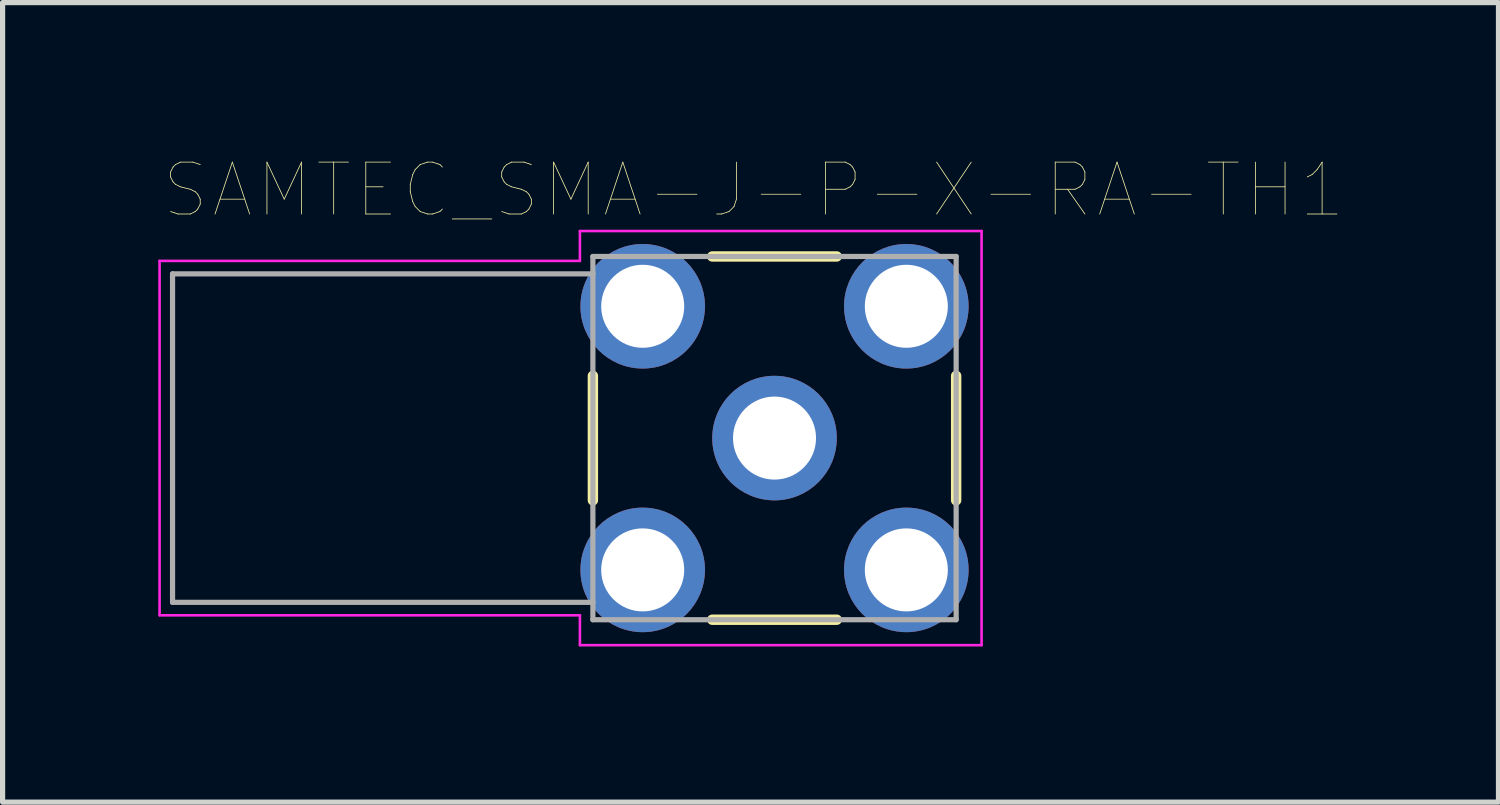
<source format=kicad_pcb>
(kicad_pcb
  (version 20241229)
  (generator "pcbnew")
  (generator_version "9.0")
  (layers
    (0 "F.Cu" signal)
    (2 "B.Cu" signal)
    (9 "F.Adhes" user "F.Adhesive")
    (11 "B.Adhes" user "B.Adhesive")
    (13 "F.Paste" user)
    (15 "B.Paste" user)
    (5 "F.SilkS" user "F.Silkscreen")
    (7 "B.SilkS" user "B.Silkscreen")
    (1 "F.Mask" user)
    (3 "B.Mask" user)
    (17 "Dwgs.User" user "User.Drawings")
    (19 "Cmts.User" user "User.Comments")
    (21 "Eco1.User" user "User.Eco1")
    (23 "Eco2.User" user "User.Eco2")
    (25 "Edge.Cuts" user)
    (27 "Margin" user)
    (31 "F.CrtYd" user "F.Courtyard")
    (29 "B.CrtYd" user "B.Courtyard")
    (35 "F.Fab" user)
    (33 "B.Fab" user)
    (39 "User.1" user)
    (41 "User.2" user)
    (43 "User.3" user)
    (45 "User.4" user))
  (footprint "SAMTEC_SMA-J-P-X-RA-TH1"
    (layer "F.Cu")
    (at 11.875 5.392)
    (property "Reference" "SAMTEC_SMA-J-P-X-RA-TH1" (at -0.4 -4.78 0) (layer "F.SilkS") (effects (font (size 1 1) (thickness 0.015))))
    (attr through_hole)
    (fp_line (start -3.5 1.2) (end -3.5 -1.2) (stroke (width 0.2) (type solid)) (layer "F.SilkS"))
    (fp_line (start -1.2 -3.5) (end 1.2 -3.5) (stroke (width 0.2) (type solid)) (layer "F.SilkS"))
    (fp_line (start 1.2 3.5) (end -1.2 3.5) (stroke (width 0.2) (type solid)) (layer "F.SilkS"))
    (fp_line (start 3.5 1.2) (end 3.5 -1.2) (stroke (width 0.2) (type solid)) (layer "F.SilkS"))
    (fp_line (start -11.85 -3.415) (end -11.85 3.415) (stroke (width 0.05) (type solid)) (layer "F.CrtYd"))
    (fp_line (start -11.85 3.415) (end -3.75 3.415) (stroke (width 0.05) (type solid)) (layer "F.CrtYd"))
    (fp_line (start -3.75 -3.99) (end -3.75 -3.415) (stroke (width 0.05) (type solid)) (layer "F.CrtYd"))
    (fp_line (start -3.75 -3.99) (end 3.99 -3.99) (stroke (width 0.05) (type solid)) (layer "F.CrtYd"))
    (fp_line (start -3.75 -3.415) (end -11.85 -3.415) (stroke (width 0.05) (type solid)) (layer "F.CrtYd"))
    (fp_line (start -3.75 3.415) (end -3.75 3.99) (stroke (width 0.05) (type solid)) (layer "F.CrtYd"))
    (fp_line (start 3.99 -3.99) (end 3.99 3.99) (stroke (width 0.05) (type solid)) (layer "F.CrtYd"))
    (fp_line (start 3.99 3.99) (end -3.75 3.99) (stroke (width 0.05) (type solid)) (layer "F.CrtYd"))
    (fp_line (start -11.6 -3.165) (end -11.6 3.165) (stroke (width 0.1) (type solid)) (layer "F.Fab"))
    (fp_line (start -11.6 3.165) (end -3.5 3.165) (stroke (width 0.1) (type solid)) (layer "F.Fab"))
    (fp_line (start -3.5 -3.5) (end 3.5 -3.5) (stroke (width 0.1) (type solid)) (layer "F.Fab"))
    (fp_line (start -3.5 -3.165) (end -11.6 -3.165) (stroke (width 0.1) (type solid)) (layer "F.Fab"))
    (fp_line (start -3.5 -3.165) (end -3.5 -3.5) (stroke (width 0.1) (type solid)) (layer "F.Fab"))
    (fp_line (start -3.5 3.165) (end -3.5 -3.165) (stroke (width 0.1) (type solid)) (layer "F.Fab"))
    (fp_line (start -3.5 3.5) (end -3.5 3.165) (stroke (width 0.1) (type solid)) (layer "F.Fab"))
    (fp_line (start 3.5 -3.5) (end 3.5 3.5) (stroke (width 0.1) (type solid)) (layer "F.Fab"))
    (fp_line (start 3.5 3.5) (end -3.5 3.5) (stroke (width 0.1) (type solid)) (layer "F.Fab"))
    (pad "1" thru_hole circle (at 0 0) (size 2.4 2.4) (drill 1.6) (layers "*.Cu" "*.Mask"))
    (pad "2" thru_hole circle (at 2.54 2.54) (size 2.4 2.4) (drill 1.6) (layers "*.Cu" "*.Mask"))
    (pad "3" thru_hole circle (at 2.54 -2.54) (size 2.4 2.4) (drill 1.6) (layers "*.Cu" "*.Mask"))
    (pad "4" thru_hole circle (at -2.54 -2.54) (size 2.4 2.4) (drill 1.6) (layers "*.Cu" "*.Mask"))
    (pad "5" thru_hole circle (at -2.54 2.54) (size 2.4 2.4) (drill 1.6) (layers "*.Cu" "*.Mask")))
  (gr_rect
    (start -3 -3)
    (end 25.826 12.407)
    (stroke (width 0.1) (type default))
    (fill no)
    (layer "Edge.Cuts")))
</source>
